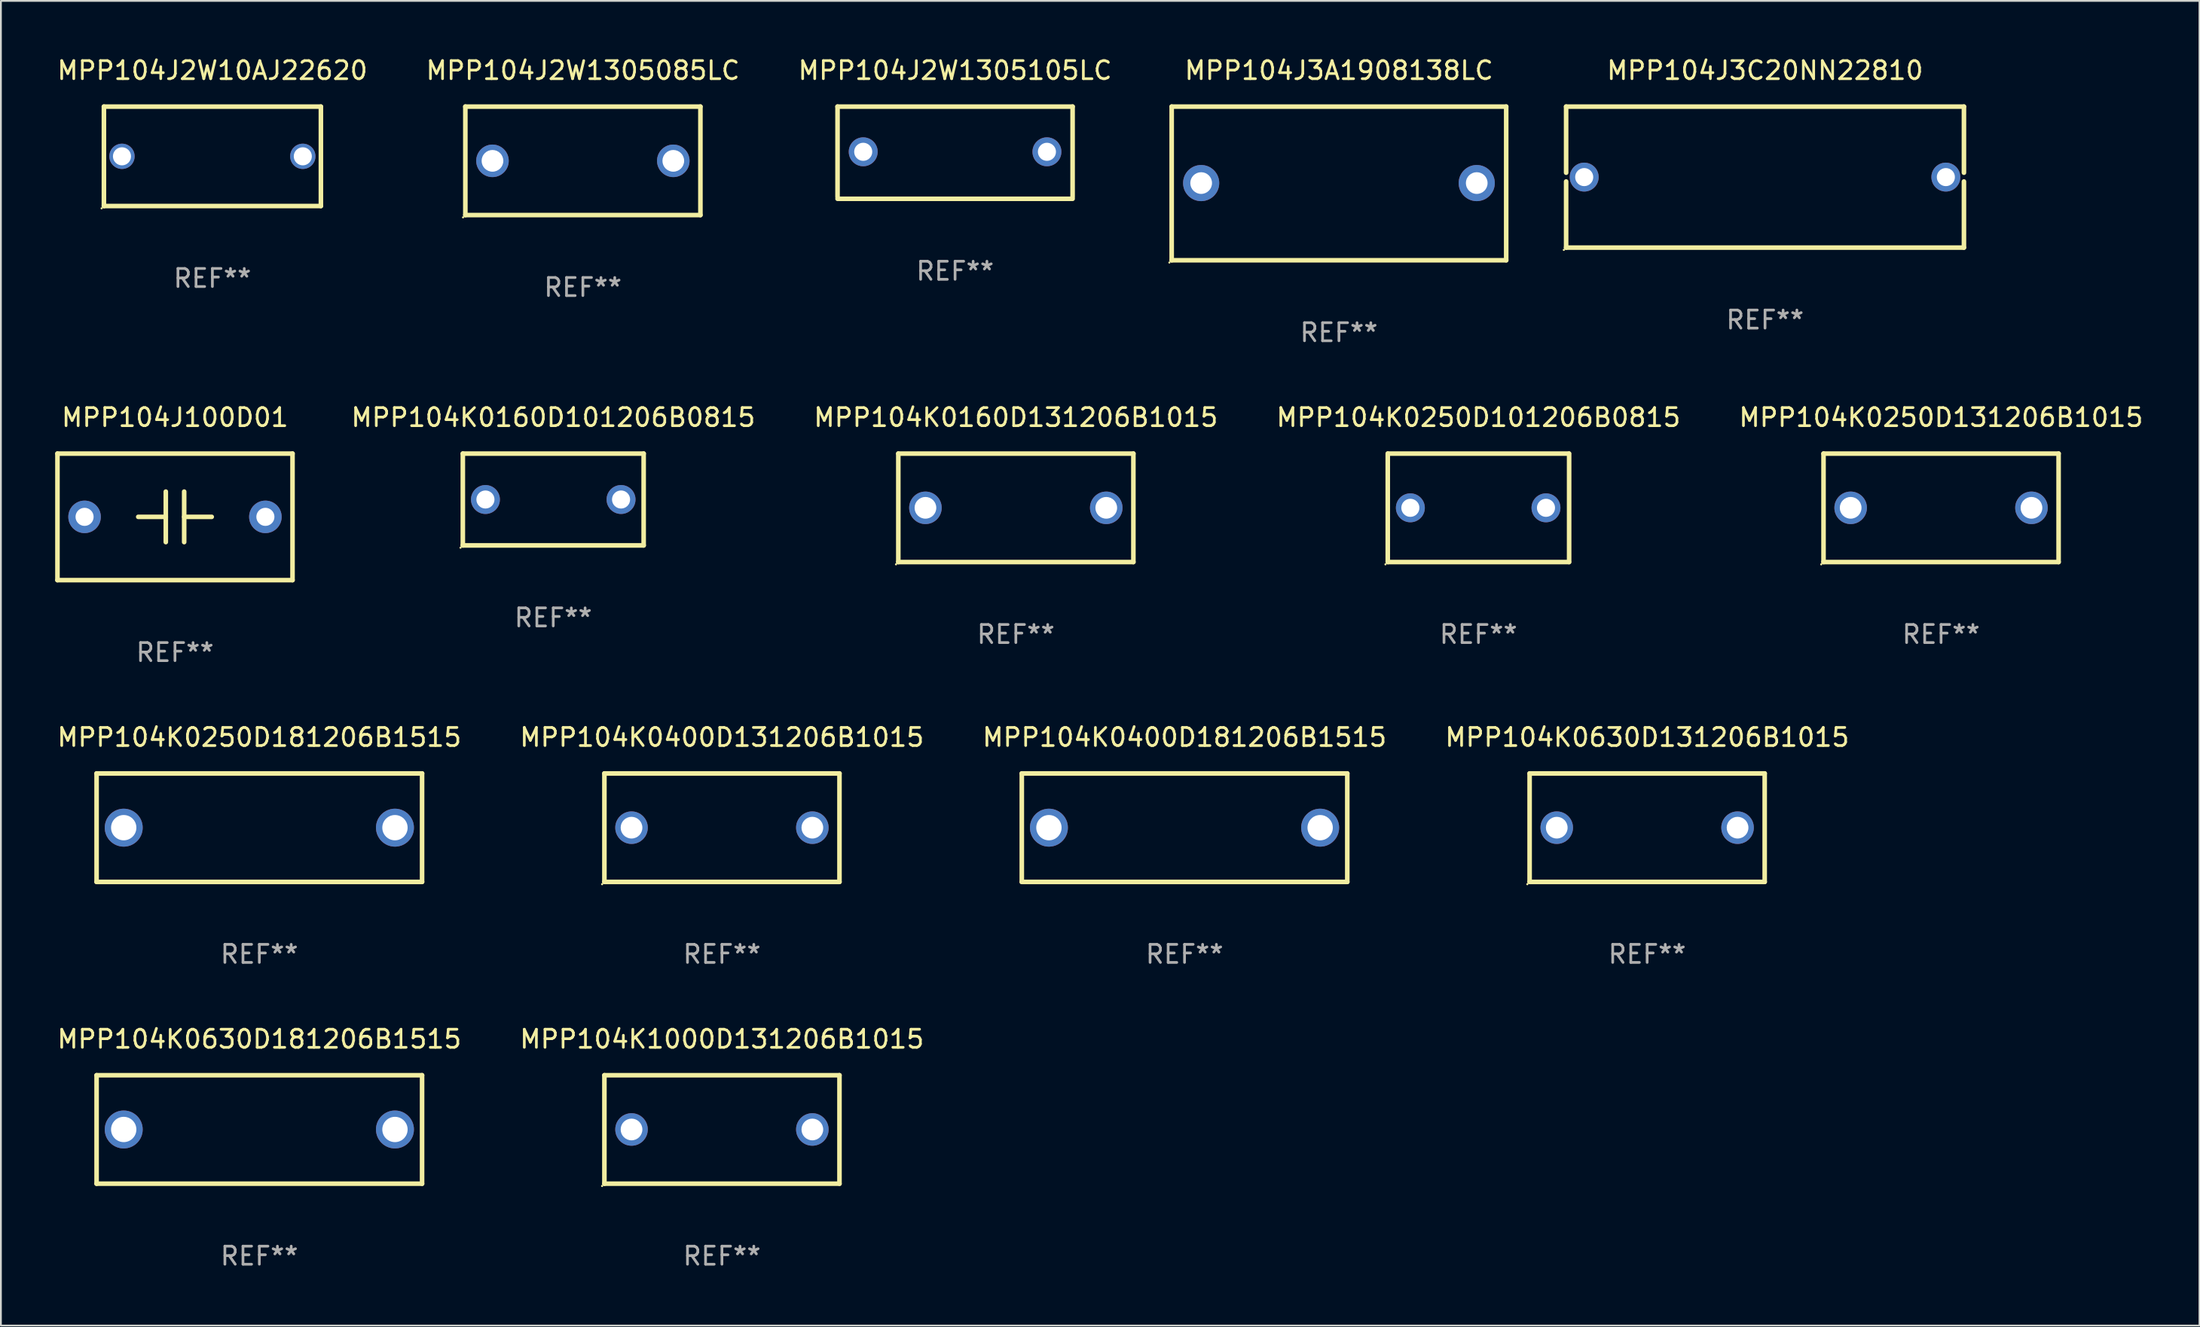
<source format=kicad_pcb>
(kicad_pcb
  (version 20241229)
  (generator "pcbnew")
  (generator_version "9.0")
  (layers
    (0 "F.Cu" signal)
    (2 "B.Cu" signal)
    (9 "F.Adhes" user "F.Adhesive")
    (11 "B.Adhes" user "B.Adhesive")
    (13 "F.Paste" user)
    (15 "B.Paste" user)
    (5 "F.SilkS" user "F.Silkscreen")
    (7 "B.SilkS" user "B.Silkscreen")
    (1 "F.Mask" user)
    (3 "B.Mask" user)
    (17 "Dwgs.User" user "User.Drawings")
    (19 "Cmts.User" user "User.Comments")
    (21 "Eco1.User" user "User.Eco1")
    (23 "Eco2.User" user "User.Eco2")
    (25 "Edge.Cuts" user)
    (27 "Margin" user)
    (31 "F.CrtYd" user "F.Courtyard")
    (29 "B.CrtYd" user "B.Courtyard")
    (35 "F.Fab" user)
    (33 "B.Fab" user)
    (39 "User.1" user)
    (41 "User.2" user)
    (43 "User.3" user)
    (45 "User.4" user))
  (footprint "MPP104J100D01"
    (layer "F.Cu")
    (at 6.627 25.545)
    (property "Reference" "MPP104J100D01" (at 0 -5.5 0) (layer "F.SilkS") (effects (font (size 1 1) (thickness 0.15))))
    (attr through_hole)
    (fp_line (start -6.5 -3.5) (end -6.5 3.5) (stroke (width 0.254) (type solid)) (layer "F.SilkS"))
    (fp_line (start -6.5 -3.5) (end 6.5 -3.5) (stroke (width 0.254) (type solid)) (layer "F.SilkS"))
    (fp_line (start -6.5 3.5) (end 6.5 3.5) (stroke (width 0.254) (type solid)) (layer "F.SilkS"))
    (fp_line (start -0.508 -0.000025) (end -2.032 -0.000025) (stroke (width 0.254) (type solid)) (layer "F.SilkS"))
    (fp_line (start -0.508 1.397) (end -0.508 -1.397) (stroke (width 0.254) (type solid)) (layer "F.SilkS"))
    (fp_line (start 0.508 -1.397) (end 0.508 1.397) (stroke (width 0.254) (type solid)) (layer "F.SilkS"))
    (fp_line (start 0.508 0.000025) (end 2.032 0.000025) (stroke (width 0.254) (type solid)) (layer "F.SilkS"))
    (fp_line (start 6.5 -3.5) (end 6.5 3.5) (stroke (width 0.254) (type solid)) (layer "F.SilkS"))
    (fp_circle (center -6.5 3.5) (end -6.47 3.5) (stroke (width 0.06) (type solid)) (fill no) (layer "F.SilkS"))
    (fp_text user "REF**" (at 0 7.5 0) (layer "F.Fab") (effects (font (size 1 1) (thickness 0.15))))
    (pad "1" thru_hole circle (at -5 0.000025) (size 1.8 1.8) (drill 1) (layers "*.Cu" "*.Mask"))
    (pad "2" thru_hole circle (at 5 0) (size 1.8 1.8) (drill 1) (layers "*.Cu" "*.Mask")))
  (footprint "MPP104J3A1908138LC"
    (layer "F.Cu")
    (at 70.997 7.098)
    (property "Reference" "MPP104J3A1908138LC" (at 0 -6.25 0) (layer "F.SilkS") (effects (font (size 1 1) (thickness 0.15))))
    (attr through_hole)
    (fp_line (start -9.25 -4.25) (end 9.25 -4.25) (stroke (width 0.254) (type solid)) (layer "F.SilkS"))
    (fp_line (start -9.25 4.25) (end -9.25 -4.25) (stroke (width 0.254) (type solid)) (layer "F.SilkS"))
    (fp_line (start 9.25 -4.25) (end 9.25 4.25) (stroke (width 0.254) (type solid)) (layer "F.SilkS"))
    (fp_line (start 9.25 4.25) (end -9.25 4.25) (stroke (width 0.254) (type solid)) (layer "F.SilkS"))
    (fp_circle (center -9.377 4.377) (end -9.347 4.377) (stroke (width 0.06) (type solid)) (fill no) (layer "F.SilkS"))
    (fp_text user "REF**" (at 0 8.25 0) (layer "F.Fab") (effects (font (size 1 1) (thickness 0.15))))
    (pad "1" thru_hole circle (at -7.62 -0.02) (size 2 2) (drill 1.2) (layers "*.Cu" "*.Mask"))
    (pad "2" thru_hole circle (at 7.62 -0.02) (size 2 2) (drill 1.2) (layers "*.Cu" "*.Mask")))
  (footprint "MPP104J2W1305085LC"
    (layer "F.Cu")
    (at 29.185 5.848)
    (property "Reference" "MPP104J2W1305085LC" (at 0 -5 0) (layer "F.SilkS") (effects (font (size 1 1) (thickness 0.15))))
    (attr through_hole)
    (fp_line (start -6.5 -3) (end 6.5 -3) (stroke (width 0.254) (type solid)) (layer "F.SilkS"))
    (fp_line (start -6.5 3) (end -6.5 -3) (stroke (width 0.254) (type solid)) (layer "F.SilkS"))
    (fp_line (start -6.5 3) (end 6.5 3) (stroke (width 0.254) (type solid)) (layer "F.SilkS"))
    (fp_line (start 6.5 -3) (end 6.5 3) (stroke (width 0.254) (type solid)) (layer "F.SilkS"))
    (fp_circle (center -6.627 3.127) (end -6.597 3.127) (stroke (width 0.06) (type solid)) (fill no) (layer "F.SilkS"))
    (fp_text user "REF**" (at 0 7 0) (layer "F.Fab") (effects (font (size 1 1) (thickness 0.15))))
    (pad "1" thru_hole circle (at -5 0) (size 1.8 1.8) (drill 1.2) (layers "*.Cu" "*.Mask"))
    (pad "2" thru_hole circle (at 5 0) (size 1.8 1.8) (drill 1.2) (layers "*.Cu" "*.Mask")))
  (footprint "MPP104K0160D131206B1015"
    (layer "F.Cu")
    (at 53.129 25.045)
    (property "Reference" "MPP104K0160D131206B1015" (at 0 -5 0) (layer "F.SilkS") (effects (font (size 1 1) (thickness 0.15))))
    (attr through_hole)
    (fp_line (start -6.5 -3) (end 6.5 -3) (stroke (width 0.254) (type solid)) (layer "F.SilkS"))
    (fp_line (start -6.5 3) (end -6.5 -3) (stroke (width 0.254) (type solid)) (layer "F.SilkS"))
    (fp_line (start -6.5 3) (end 6.5 3) (stroke (width 0.254) (type solid)) (layer "F.SilkS"))
    (fp_line (start 6.5 -3) (end 6.5 3) (stroke (width 0.254) (type solid)) (layer "F.SilkS"))
    (fp_circle (center -6.627 3.127) (end -6.597 3.127) (stroke (width 0.06) (type solid)) (fill no) (layer "F.SilkS"))
    (fp_text user "REF**" (at 0 7 0) (layer "F.Fab") (effects (font (size 1 1) (thickness 0.15))))
    (pad "1" thru_hole circle (at -5 0) (size 1.8 1.8) (drill 1.2) (layers "*.Cu" "*.Mask"))
    (pad "2" thru_hole circle (at 5 0) (size 1.8 1.8) (drill 1.2) (layers "*.Cu" "*.Mask")))
  (footprint "MPP104J3C20NN22810"
    (layer "F.Cu")
    (at 94.561 6.748)
    (property "Reference" "MPP104J3C20NN22810" (at 0 -5.9 0) (layer "F.SilkS") (effects (font (size 1 1) (thickness 0.15))))
    (attr through_hole)
    (fp_line (start -11 -3.9) (end -11 -0.243) (stroke (width 0.254) (type solid)) (layer "F.SilkS"))
    (fp_line (start -11 -3.9) (end 11 -3.9) (stroke (width 0.254) (type solid)) (layer "F.SilkS"))
    (fp_line (start -11 0.243) (end -11 3.9) (stroke (width 0.254) (type solid)) (layer "F.SilkS"))
    (fp_line (start 11 -3.9) (end 11 -0.243) (stroke (width 0.254) (type solid)) (layer "F.SilkS"))
    (fp_line (start 11 0.243) (end 11 3.9) (stroke (width 0.254) (type solid)) (layer "F.SilkS"))
    (fp_line (start 11 3.9) (end -11 3.9) (stroke (width 0.254) (type solid)) (layer "F.SilkS"))
    (fp_circle (center -11.127 4.027) (end -11.097 4.027) (stroke (width 0.06) (type solid)) (fill no) (layer "F.SilkS"))
    (fp_text user "REF**" (at 0 7.9 0) (layer "F.Fab") (effects (font (size 1 1) (thickness 0.15))))
    (pad "1" thru_hole circle (at -10 0) (size 1.6 1.6) (drill 1) (layers "*.Cu" "*.Mask"))
    (pad "2" thru_hole circle (at 10 0) (size 1.6 1.6) (drill 1) (layers "*.Cu" "*.Mask")))
  (footprint "MPP104K0630D181206B1515"
    (layer "F.Cu")
    (at 11.292 59.438)
    (property "Reference" "MPP104K0630D181206B1515" (at 0 -5 0) (layer "F.SilkS") (effects (font (size 1 1) (thickness 0.15))))
    (attr through_hole)
    (fp_line (start -9 -3) (end 9 -3) (stroke (width 0.254) (type solid)) (layer "F.SilkS"))
    (fp_line (start -9 3) (end -9 -3) (stroke (width 0.254) (type solid)) (layer "F.SilkS"))
    (fp_line (start 9 -3) (end 9 3) (stroke (width 0.254) (type solid)) (layer "F.SilkS"))
    (fp_line (start 9 3) (end -9 3) (stroke (width 0.254) (type solid)) (layer "F.SilkS"))
    (fp_circle (center -9 3) (end -8.97 3) (stroke (width 0.06) (type solid)) (fill no) (layer "F.SilkS"))
    (fp_text user "REF**" (at 0 7 0) (layer "F.Fab") (effects (font (size 1 1) (thickness 0.15))))
    (pad "1" thru_hole circle (at -7.5 0) (size 2.1 2.1) (drill 1.4) (layers "*.Cu" "*.Mask"))
    (pad "2" thru_hole circle (at 7.5 0) (size 2.1 2.1) (drill 1.4) (layers "*.Cu" "*.Mask")))
  (footprint "MPP104K1000D131206B1015"
    (layer "F.Cu")
    (at 36.875 59.438)
    (property "Reference" "MPP104K1000D131206B1015" (at 0 -5 0) (layer "F.SilkS") (effects (font (size 1 1) (thickness 0.15))))
    (attr through_hole)
    (fp_line (start -6.5 -3) (end 6.5 -3) (stroke (width 0.254) (type solid)) (layer "F.SilkS"))
    (fp_line (start -6.5 3) (end -6.5 -3) (stroke (width 0.254) (type solid)) (layer "F.SilkS"))
    (fp_line (start -6.5 3) (end 6.5 3) (stroke (width 0.254) (type solid)) (layer "F.SilkS"))
    (fp_line (start 6.5 -3) (end 6.5 3) (stroke (width 0.254) (type solid)) (layer "F.SilkS"))
    (fp_circle (center -6.627 3.127) (end -6.597 3.127) (stroke (width 0.06) (type solid)) (fill no) (layer "F.SilkS"))
    (fp_text user "REF**" (at 0 7 0) (layer "F.Fab") (effects (font (size 1 1) (thickness 0.15))))
    (pad "1" thru_hole circle (at -5 0) (size 1.8 1.8) (drill 1.2) (layers "*.Cu" "*.Mask"))
    (pad "2" thru_hole circle (at 5 0) (size 1.8 1.8) (drill 1.2) (layers "*.Cu" "*.Mask")))
  (footprint "MPP104J2W1305105LC"
    (layer "F.Cu")
    (at 49.768 5.398)
    (property "Reference" "MPP104J2W1305105LC" (at 0 -4.55 0) (layer "F.SilkS") (effects (font (size 1 1) (thickness 0.15))))
    (attr through_hole)
    (fp_line (start -6.5 -2.55) (end 6.5 -2.55) (stroke (width 0.254) (type solid)) (layer "F.SilkS"))
    (fp_line (start -6.5 2.45) (end -6.5 -2.55) (stroke (width 0.254) (type solid)) (layer "F.SilkS"))
    (fp_line (start 6.5 -2.55) (end 6.5 2.45) (stroke (width 0.254) (type solid)) (layer "F.SilkS"))
    (fp_line (start 6.5 2.55) (end -6.5 2.55) (stroke (width 0.254) (type solid)) (layer "F.SilkS"))
    (fp_circle (center -6.5 2.45) (end -6.47 2.45) (stroke (width 0.06) (type solid)) (fill no) (layer "F.SilkS"))
    (fp_text user "REF**" (at 0 6.55 0) (layer "F.Fab") (effects (font (size 1 1) (thickness 0.15))))
    (pad "1" thru_hole circle (at -5.08 -0.05) (size 1.6 1.6) (drill 1) (layers "*.Cu" "*.Mask"))
    (pad "2" thru_hole circle (at 5.08 -0.05) (size 1.6 1.6) (drill 1) (layers "*.Cu" "*.Mask")))
  (footprint "MPP104K0630D131206B1015"
    (layer "F.Cu")
    (at 88.042 42.741)
    (property "Reference" "MPP104K0630D131206B1015" (at 0 -5 0) (layer "F.SilkS") (effects (font (size 1 1) (thickness 0.15))))
    (attr through_hole)
    (fp_line (start -6.5 -3) (end 6.5 -3) (stroke (width 0.254) (type solid)) (layer "F.SilkS"))
    (fp_line (start -6.5 3) (end -6.5 -3) (stroke (width 0.254) (type solid)) (layer "F.SilkS"))
    (fp_line (start -6.5 3) (end 6.5 3) (stroke (width 0.254) (type solid)) (layer "F.SilkS"))
    (fp_line (start 6.5 -3) (end 6.5 3) (stroke (width 0.254) (type solid)) (layer "F.SilkS"))
    (fp_circle (center -6.627 3.127) (end -6.597 3.127) (stroke (width 0.06) (type solid)) (fill no) (layer "F.SilkS"))
    (fp_text user "REF**" (at 0 7 0) (layer "F.Fab") (effects (font (size 1 1) (thickness 0.15))))
    (pad "1" thru_hole circle (at -5 0) (size 1.8 1.8) (drill 1.2) (layers "*.Cu" "*.Mask"))
    (pad "2" thru_hole circle (at 5 0) (size 1.8 1.8) (drill 1.2) (layers "*.Cu" "*.Mask")))
  (footprint "MPP104K0250D181206B1515"
    (layer "F.Cu")
    (at 11.292 42.741)
    (property "Reference" "MPP104K0250D181206B1515" (at 0 -5 0) (layer "F.SilkS") (effects (font (size 1 1) (thickness 0.15))))
    (attr through_hole)
    (fp_line (start -9 -3) (end 9 -3) (stroke (width 0.254) (type solid)) (layer "F.SilkS"))
    (fp_line (start -9 3) (end -9 -3) (stroke (width 0.254) (type solid)) (layer "F.SilkS"))
    (fp_line (start 9 -3) (end 9 3) (stroke (width 0.254) (type solid)) (layer "F.SilkS"))
    (fp_line (start 9 3) (end -9 3) (stroke (width 0.254) (type solid)) (layer "F.SilkS"))
    (fp_circle (center -9 3) (end -8.97 3) (stroke (width 0.06) (type solid)) (fill no) (layer "F.SilkS"))
    (fp_text user "REF**" (at 0 7 0) (layer "F.Fab") (effects (font (size 1 1) (thickness 0.15))))
    (pad "1" thru_hole circle (at -7.5 0) (size 2.1 2.1) (drill 1.4) (layers "*.Cu" "*.Mask"))
    (pad "2" thru_hole circle (at 7.5 0) (size 2.1 2.1) (drill 1.4) (layers "*.Cu" "*.Mask")))
  (footprint "MPP104K0400D181206B1515"
    (layer "F.Cu")
    (at 62.458 42.741)
    (property "Reference" "MPP104K0400D181206B1515" (at 0 -5 0) (layer "F.SilkS") (effects (font (size 1 1) (thickness 0.15))))
    (attr through_hole)
    (fp_line (start -9 -3) (end 9 -3) (stroke (width 0.254) (type solid)) (layer "F.SilkS"))
    (fp_line (start -9 3) (end -9 -3) (stroke (width 0.254) (type solid)) (layer "F.SilkS"))
    (fp_line (start 9 -3) (end 9 3) (stroke (width 0.254) (type solid)) (layer "F.SilkS"))
    (fp_line (start 9 3) (end -9 3) (stroke (width 0.254) (type solid)) (layer "F.SilkS"))
    (fp_circle (center -9 3) (end -8.97 3) (stroke (width 0.06) (type solid)) (fill no) (layer "F.SilkS"))
    (fp_text user "REF**" (at 0 7 0) (layer "F.Fab") (effects (font (size 1 1) (thickness 0.15))))
    (pad "1" thru_hole circle (at -7.5 0) (size 2.1 2.1) (drill 1.4) (layers "*.Cu" "*.Mask"))
    (pad "2" thru_hole circle (at 7.5 0) (size 2.1 2.1) (drill 1.4) (layers "*.Cu" "*.Mask")))
  (footprint "MPP104J2W10AJ22620"
    (layer "F.Cu")
    (at 8.696 5.598)
    (property "Reference" "MPP104J2W10AJ22620" (at 0 -4.75 0) (layer "F.SilkS") (effects (font (size 1 1) (thickness 0.15))))
    (attr through_hole)
    (fp_line (start -6 -2.75) (end -6 2.75) (stroke (width 0.254) (type solid)) (layer "F.SilkS"))
    (fp_line (start -6 -2.75) (end 6 -2.75) (stroke (width 0.254) (type solid)) (layer "F.SilkS"))
    (fp_line (start 6 -2.75) (end 6 2.75) (stroke (width 0.254) (type solid)) (layer "F.SilkS"))
    (fp_line (start 6 2.75) (end -6 2.75) (stroke (width 0.254) (type solid)) (layer "F.SilkS"))
    (fp_circle (center -6.127 2.877) (end -6.097 2.877) (stroke (width 0.06) (type solid)) (fill no) (layer "F.SilkS"))
    (fp_text user "REF**" (at 0 6.75 0) (layer "F.Fab") (effects (font (size 1 1) (thickness 0.15))))
    (pad "1" thru_hole circle (at -5 0) (size 1.4 1.4) (drill 1) (layers "*.Cu" "*.Mask"))
    (pad "2" thru_hole circle (at 5 0) (size 1.4 1.4) (drill 1) (layers "*.Cu" "*.Mask")))
  (footprint "MPP104K0250D101206B0815"
    (layer "F.Cu")
    (at 78.712 25.045)
    (property "Reference" "MPP104K0250D101206B0815" (at 0 -5 0) (layer "F.SilkS") (effects (font (size 1 1) (thickness 0.15))))
    (attr through_hole)
    (fp_line (start -5.015 3) (end -5.015 -3) (stroke (width 0.254) (type solid)) (layer "F.SilkS"))
    (fp_line (start -5.005 -3) (end 4.995 -3) (stroke (width 0.254) (type solid)) (layer "F.SilkS"))
    (fp_line (start 5.005 3) (end -4.995 3) (stroke (width 0.254) (type solid)) (layer "F.SilkS"))
    (fp_line (start 5.015 -3) (end 5.015 3) (stroke (width 0.254) (type solid)) (layer "F.SilkS"))
    (fp_circle (center -5.142 3.127) (end -5.112 3.127) (stroke (width 0.06) (type solid)) (fill no) (layer "F.SilkS"))
    (fp_text user "REF**" (at 0 7 0) (layer "F.Fab") (effects (font (size 1 1) (thickness 0.15))))
    (pad "1" thru_hole circle (at -3.765 0) (size 1.6 1.6) (drill 1) (layers "*.Cu" "*.Mask"))
    (pad "2" thru_hole circle (at 3.735 0) (size 1.6 1.6) (drill 1) (layers "*.Cu" "*.Mask")))
  (footprint "MPP104K0400D131206B1015"
    (layer "F.Cu")
    (at 36.875 42.741)
    (property "Reference" "MPP104K0400D131206B1015" (at 0 -5 0) (layer "F.SilkS") (effects (font (size 1 1) (thickness 0.15))))
    (attr through_hole)
    (fp_line (start -6.5 -3) (end 6.5 -3) (stroke (width 0.254) (type solid)) (layer "F.SilkS"))
    (fp_line (start -6.5 3) (end -6.5 -3) (stroke (width 0.254) (type solid)) (layer "F.SilkS"))
    (fp_line (start -6.5 3) (end 6.5 3) (stroke (width 0.254) (type solid)) (layer "F.SilkS"))
    (fp_line (start 6.5 -3) (end 6.5 3) (stroke (width 0.254) (type solid)) (layer "F.SilkS"))
    (fp_circle (center -6.627 3.127) (end -6.597 3.127) (stroke (width 0.06) (type solid)) (fill no) (layer "F.SilkS"))
    (fp_text user "REF**" (at 0 7 0) (layer "F.Fab") (effects (font (size 1 1) (thickness 0.15))))
    (pad "1" thru_hole circle (at -5 0) (size 1.8 1.8) (drill 1.2) (layers "*.Cu" "*.Mask"))
    (pad "2" thru_hole circle (at 5 0) (size 1.8 1.8) (drill 1.2) (layers "*.Cu" "*.Mask")))
  (footprint "MPP104K0160D101206B0815"
    (layer "F.Cu")
    (at 27.546 24.585)
    (property "Reference" "MPP104K0160D101206B0815" (at 0 -4.54 0) (layer "F.SilkS") (effects (font (size 1 1) (thickness 0.15))))
    (attr through_hole)
    (fp_line (start -5 -2.54) (end 5 -2.54) (stroke (width 0.254) (type solid)) (layer "F.SilkS"))
    (fp_line (start -5 2.54) (end -5 -2.54) (stroke (width 0.254) (type solid)) (layer "F.SilkS"))
    (fp_line (start -5 2.54) (end 5 2.54) (stroke (width 0.254) (type solid)) (layer "F.SilkS"))
    (fp_line (start 5 -2.54) (end 5 2.54) (stroke (width 0.254) (type solid)) (layer "F.SilkS"))
    (fp_circle (center -5.127 2.667) (end -5.097 2.667) (stroke (width 0.06) (type solid)) (fill no) (layer "F.SilkS"))
    (fp_text user "REF**" (at 0 6.54 0) (layer "F.Fab") (effects (font (size 1 1) (thickness 0.15))))
    (pad "1" thru_hole circle (at -3.75 0) (size 1.6 1.6) (drill 1) (layers "*.Cu" "*.Mask"))
    (pad "2" thru_hole circle (at 3.75 0) (size 1.6 1.6) (drill 1) (layers "*.Cu" "*.Mask")))
  (footprint "MPP104K0250D131206B1015"
    (layer "F.Cu")
    (at 104.296 25.045)
    (property "Reference" "MPP104K0250D131206B1015" (at 0 -5 0) (layer "F.SilkS") (effects (font (size 1 1) (thickness 0.15))))
    (attr through_hole)
    (fp_line (start -6.5 -3) (end 6.5 -3) (stroke (width 0.254) (type solid)) (layer "F.SilkS"))
    (fp_line (start -6.5 3) (end -6.5 -3) (stroke (width 0.254) (type solid)) (layer "F.SilkS"))
    (fp_line (start -6.5 3) (end 6.5 3) (stroke (width 0.254) (type solid)) (layer "F.SilkS"))
    (fp_line (start 6.5 -3) (end 6.5 3) (stroke (width 0.254) (type solid)) (layer "F.SilkS"))
    (fp_circle (center -6.627 3.127) (end -6.597 3.127) (stroke (width 0.06) (type solid)) (fill no) (layer "F.SilkS"))
    (fp_text user "REF**" (at 0 7 0) (layer "F.Fab") (effects (font (size 1 1) (thickness 0.15))))
    (pad "1" thru_hole circle (at -5 0) (size 1.8 1.8) (drill 1.2) (layers "*.Cu" "*.Mask"))
    (pad "2" thru_hole circle (at 5 0) (size 1.8 1.8) (drill 1.2) (layers "*.Cu" "*.Mask")))
  (gr_rect
    (start -3 -3)
    (end 118.587 70.286)
    (stroke (width 0.1) (type default))
    (fill no)
    (layer "Edge.Cuts")))
</source>
